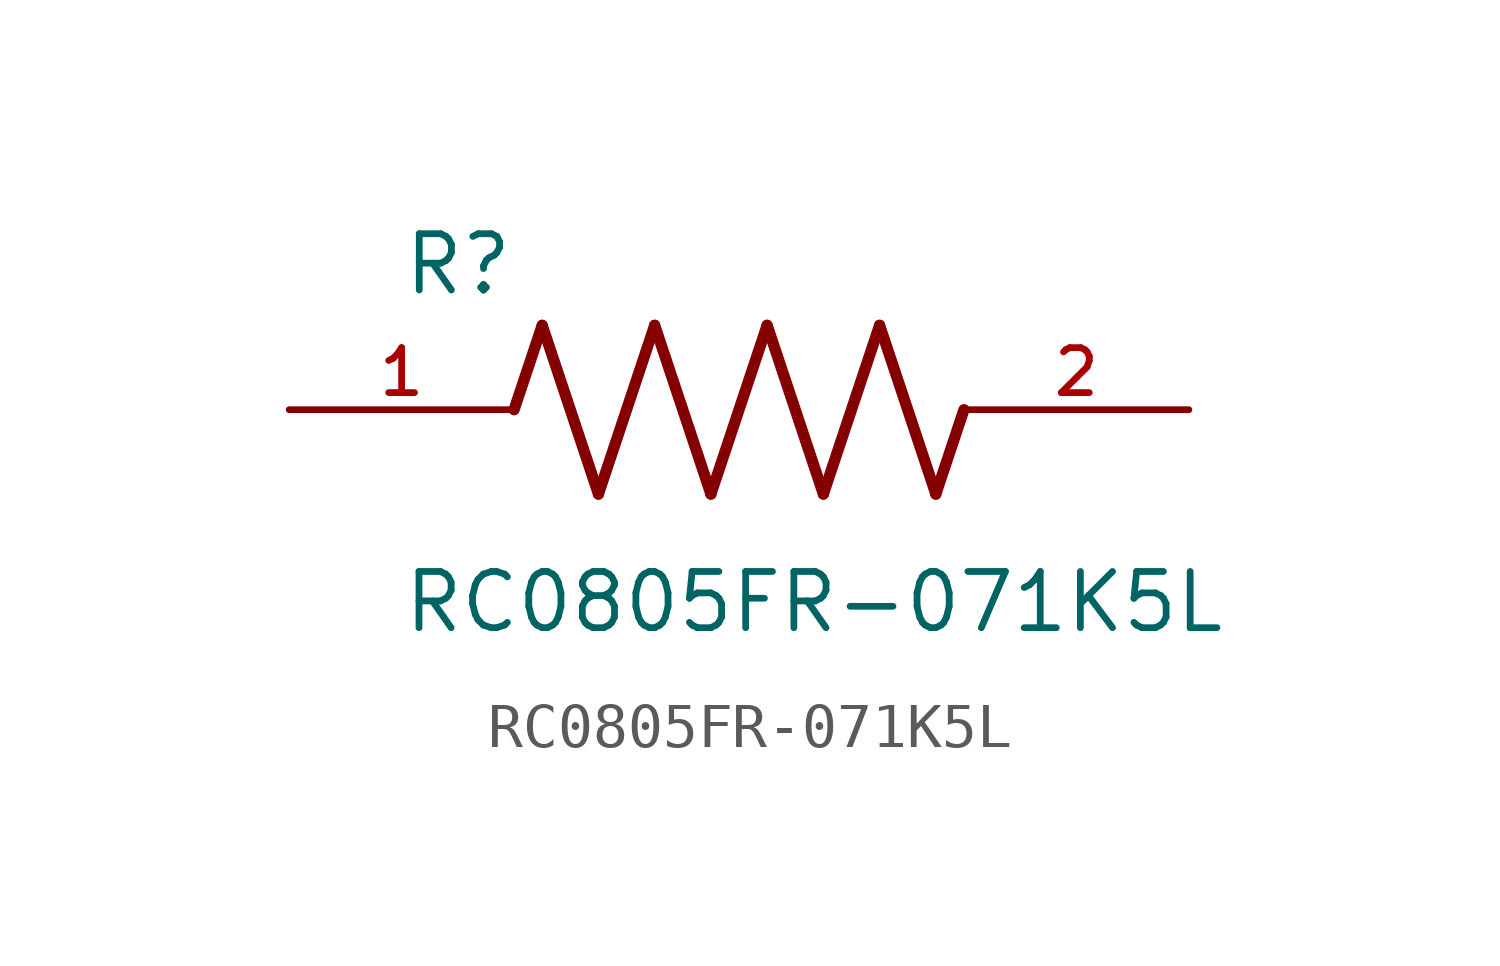
<source format=kicad_sym>
(kicad_symbol_lib
  (version 20211014)
  (generator kicad_symbol_editor)
  (symbol "RC0805FR-071K5L"
    (pin_names
      (offset 1.016))
    (property "Reference" "R"
      (at -7.624 2.541 0)
      (effects (font (size 1.27 1.27)) (justify bottom left)))
    (property "Value" "RC0805FR-071K5L"
      (at -7.63 -5.087 0)
      (effects (font (size 1.27 1.27)) (justify bottom left)))
    (symbol "RC0805FR-071K5L_0_0"
      (polyline (pts (xy -5.08 0.0) (xy -4.445 1.905)) (stroke (width 0.254)))
      (polyline (pts (xy -4.445 1.905) (xy -3.175 -1.905)) (stroke (width 0.254)))
      (polyline (pts (xy -3.175 -1.905) (xy -1.905 1.905)) (stroke (width 0.254)))
      (polyline (pts (xy -1.905 1.905) (xy -0.635 -1.905)) (stroke (width 0.254)))
      (polyline (pts (xy -0.635 -1.905) (xy 0.635 1.905)) (stroke (width 0.254)))
      (polyline (pts (xy 0.635 1.905) (xy 1.905 -1.905)) (stroke (width 0.254)))
      (polyline (pts (xy 1.905 -1.905) (xy 3.175 1.905)) (stroke (width 0.254)))
      (polyline (pts (xy 3.175 1.905) (xy 4.445 -1.905)) (stroke (width 0.254)))
      (polyline (pts (xy 4.445 -1.905) (xy 5.08 0.0)) (stroke (width 0.254)))
      (pin passive line (at -10.16 0.0 0) (length 5.08) (name "~" (effects (font (size 1.016 1.016)))) (number "1" (effects (font (size 1.016 1.016)))))
      (pin passive line (at 10.16 0.0 180.0) (length 5.08) (name "~" (effects (font (size 1.016 1.016)))) (number "2" (effects (font (size 1.016 1.016))))))))
</source>
